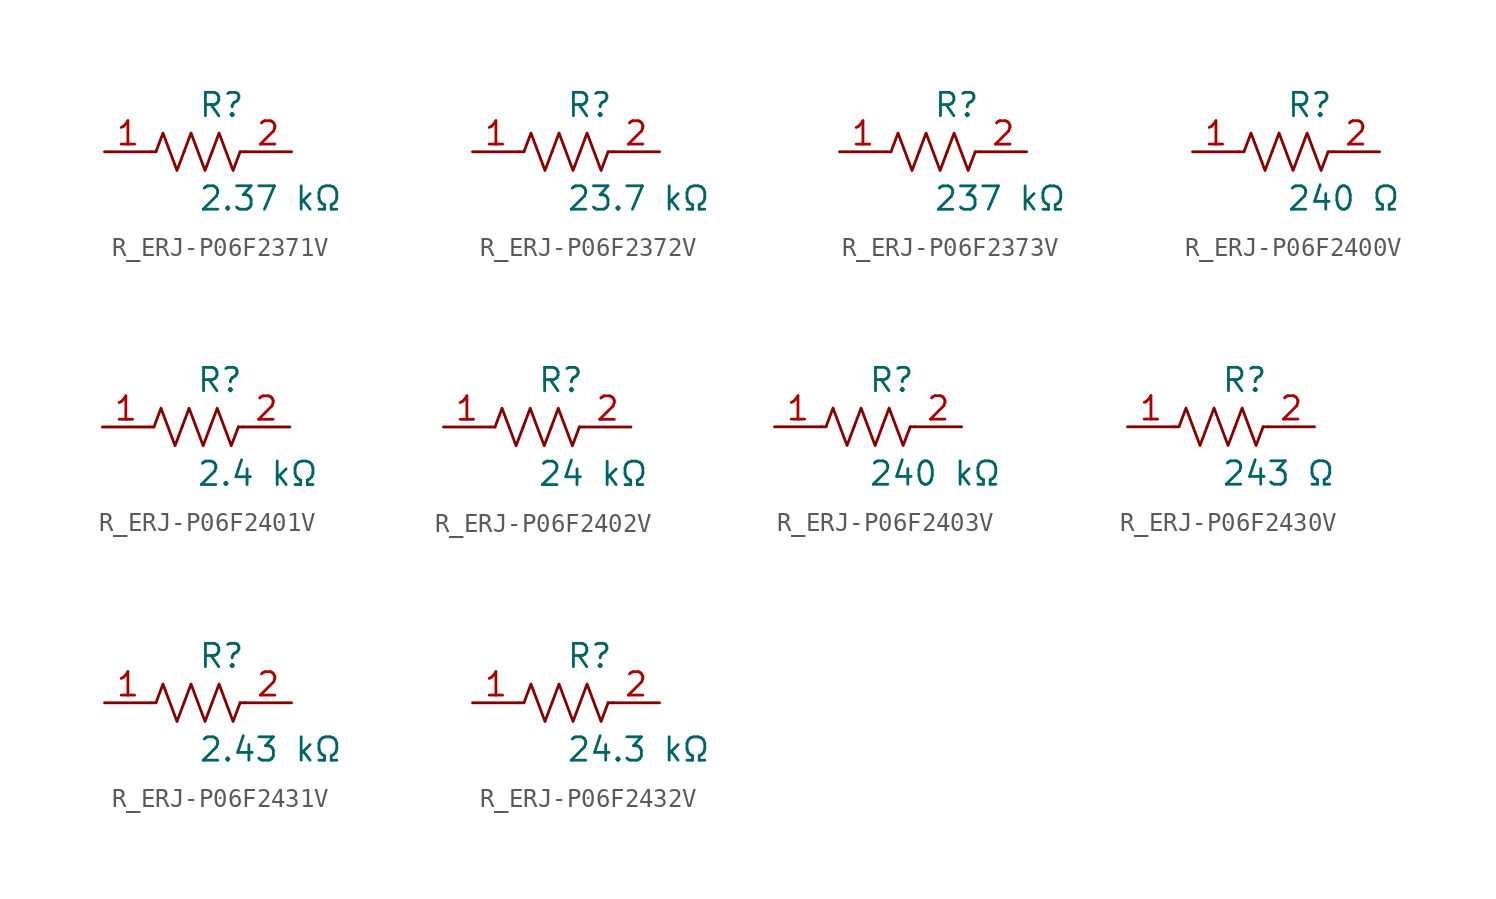
<source format=kicad_sym>
(kicad_symbol_lib
  (version 20231120)
  (generator kicad_symbol_editor)
  (generator_version 8.0)
  (symbol "R_ERJ-P06F2371V"
    (pin_names
      (offset 0.254))
    (property "Reference" "R"
      (at 0.0 2.54 0)
      (effects (font (size 1.27 1.27)) (justify left)))
    (property "Value" "2.37 kΩ"
      (at 0.0 -2.54 0)
      (effects (font (size 1.27 1.27)) (justify left)))
    (symbol "R_ERJ-P06F2371V_0_1"
      (polyline (pts (xy 2.286 0) (xy 2.54 0)) (stroke (width 0) (type default)) (fill (type none)))
      (polyline (pts (xy -2.286 0) (xy -2.54 0)) (stroke (width 0) (type default)) (fill (type none)))
      (polyline (pts (xy 0.762 0) (xy 1.143 1.016) (xy 1.524 0) (xy 1.905 -1.016) (xy 2.286 0)) (stroke (width 0) (type default)) (fill (type none)))
      (polyline (pts (xy -0.762 0) (xy -0.381 1.016) (xy 0 0) (xy 0.381 -1.016) (xy 0.762 0)) (stroke (width 0) (type default)) (fill (type none)))
      (polyline (pts (xy -2.286 0) (xy -1.905 1.016) (xy -1.524 0) (xy -1.143 -1.016) (xy -0.762 0)) (stroke (width 0) (type default)) (fill (type none))))
    (pin unspecified line
      (at -5.08 0 0)
      (length 2.54)
      (name "" (effects (font (size 1.27 1.27))))
      (number "1" (effects (font (size 1.27 1.27)))))
    (pin unspecified line
      (at 5.08 0 180)
      (length 2.54)
      (name "" (effects (font (size 1.27 1.27))))
      (number "2" (effects (font (size 1.27 1.27))))))
  (symbol "R_ERJ-P06F2372V"
    (pin_names
      (offset 0.254))
    (property "Reference" "R"
      (at 0.0 2.54 0)
      (effects (font (size 1.27 1.27)) (justify left)))
    (property "Value" "23.7 kΩ"
      (at 0.0 -2.54 0)
      (effects (font (size 1.27 1.27)) (justify left)))
    (symbol "R_ERJ-P06F2372V_0_1"
      (polyline (pts (xy 2.286 0) (xy 2.54 0)) (stroke (width 0) (type default)) (fill (type none)))
      (polyline (pts (xy -2.286 0) (xy -2.54 0)) (stroke (width 0) (type default)) (fill (type none)))
      (polyline (pts (xy 0.762 0) (xy 1.143 1.016) (xy 1.524 0) (xy 1.905 -1.016) (xy 2.286 0)) (stroke (width 0) (type default)) (fill (type none)))
      (polyline (pts (xy -0.762 0) (xy -0.381 1.016) (xy 0 0) (xy 0.381 -1.016) (xy 0.762 0)) (stroke (width 0) (type default)) (fill (type none)))
      (polyline (pts (xy -2.286 0) (xy -1.905 1.016) (xy -1.524 0) (xy -1.143 -1.016) (xy -0.762 0)) (stroke (width 0) (type default)) (fill (type none))))
    (pin unspecified line
      (at -5.08 0 0)
      (length 2.54)
      (name "" (effects (font (size 1.27 1.27))))
      (number "1" (effects (font (size 1.27 1.27)))))
    (pin unspecified line
      (at 5.08 0 180)
      (length 2.54)
      (name "" (effects (font (size 1.27 1.27))))
      (number "2" (effects (font (size 1.27 1.27))))))
  (symbol "R_ERJ-P06F2373V"
    (pin_names
      (offset 0.254))
    (property "Reference" "R"
      (at 0.0 2.54 0)
      (effects (font (size 1.27 1.27)) (justify left)))
    (property "Value" "237 kΩ"
      (at 0.0 -2.54 0)
      (effects (font (size 1.27 1.27)) (justify left)))
    (symbol "R_ERJ-P06F2373V_0_1"
      (polyline (pts (xy 2.286 0) (xy 2.54 0)) (stroke (width 0) (type default)) (fill (type none)))
      (polyline (pts (xy -2.286 0) (xy -2.54 0)) (stroke (width 0) (type default)) (fill (type none)))
      (polyline (pts (xy 0.762 0) (xy 1.143 1.016) (xy 1.524 0) (xy 1.905 -1.016) (xy 2.286 0)) (stroke (width 0) (type default)) (fill (type none)))
      (polyline (pts (xy -0.762 0) (xy -0.381 1.016) (xy 0 0) (xy 0.381 -1.016) (xy 0.762 0)) (stroke (width 0) (type default)) (fill (type none)))
      (polyline (pts (xy -2.286 0) (xy -1.905 1.016) (xy -1.524 0) (xy -1.143 -1.016) (xy -0.762 0)) (stroke (width 0) (type default)) (fill (type none))))
    (pin unspecified line
      (at -5.08 0 0)
      (length 2.54)
      (name "" (effects (font (size 1.27 1.27))))
      (number "1" (effects (font (size 1.27 1.27)))))
    (pin unspecified line
      (at 5.08 0 180)
      (length 2.54)
      (name "" (effects (font (size 1.27 1.27))))
      (number "2" (effects (font (size 1.27 1.27))))))
  (symbol "R_ERJ-P06F2400V"
    (pin_names
      (offset 0.254))
    (property "Reference" "R"
      (at 0.0 2.54 0)
      (effects (font (size 1.27 1.27)) (justify left)))
    (property "Value" "240 Ω"
      (at 0.0 -2.54 0)
      (effects (font (size 1.27 1.27)) (justify left)))
    (symbol "R_ERJ-P06F2400V_0_1"
      (polyline (pts (xy 2.286 0) (xy 2.54 0)) (stroke (width 0) (type default)) (fill (type none)))
      (polyline (pts (xy -2.286 0) (xy -2.54 0)) (stroke (width 0) (type default)) (fill (type none)))
      (polyline (pts (xy 0.762 0) (xy 1.143 1.016) (xy 1.524 0) (xy 1.905 -1.016) (xy 2.286 0)) (stroke (width 0) (type default)) (fill (type none)))
      (polyline (pts (xy -0.762 0) (xy -0.381 1.016) (xy 0 0) (xy 0.381 -1.016) (xy 0.762 0)) (stroke (width 0) (type default)) (fill (type none)))
      (polyline (pts (xy -2.286 0) (xy -1.905 1.016) (xy -1.524 0) (xy -1.143 -1.016) (xy -0.762 0)) (stroke (width 0) (type default)) (fill (type none))))
    (pin unspecified line
      (at -5.08 0 0)
      (length 2.54)
      (name "" (effects (font (size 1.27 1.27))))
      (number "1" (effects (font (size 1.27 1.27)))))
    (pin unspecified line
      (at 5.08 0 180)
      (length 2.54)
      (name "" (effects (font (size 1.27 1.27))))
      (number "2" (effects (font (size 1.27 1.27))))))
  (symbol "R_ERJ-P06F2401V"
    (pin_names
      (offset 0.254))
    (property "Reference" "R"
      (at 0.0 2.54 0)
      (effects (font (size 1.27 1.27)) (justify left)))
    (property "Value" "2.4 kΩ"
      (at 0.0 -2.54 0)
      (effects (font (size 1.27 1.27)) (justify left)))
    (symbol "R_ERJ-P06F2401V_0_1"
      (polyline (pts (xy 2.286 0) (xy 2.54 0)) (stroke (width 0) (type default)) (fill (type none)))
      (polyline (pts (xy -2.286 0) (xy -2.54 0)) (stroke (width 0) (type default)) (fill (type none)))
      (polyline (pts (xy 0.762 0) (xy 1.143 1.016) (xy 1.524 0) (xy 1.905 -1.016) (xy 2.286 0)) (stroke (width 0) (type default)) (fill (type none)))
      (polyline (pts (xy -0.762 0) (xy -0.381 1.016) (xy 0 0) (xy 0.381 -1.016) (xy 0.762 0)) (stroke (width 0) (type default)) (fill (type none)))
      (polyline (pts (xy -2.286 0) (xy -1.905 1.016) (xy -1.524 0) (xy -1.143 -1.016) (xy -0.762 0)) (stroke (width 0) (type default)) (fill (type none))))
    (pin unspecified line
      (at -5.08 0 0)
      (length 2.54)
      (name "" (effects (font (size 1.27 1.27))))
      (number "1" (effects (font (size 1.27 1.27)))))
    (pin unspecified line
      (at 5.08 0 180)
      (length 2.54)
      (name "" (effects (font (size 1.27 1.27))))
      (number "2" (effects (font (size 1.27 1.27))))))
  (symbol "R_ERJ-P06F2402V"
    (pin_names
      (offset 0.254))
    (property "Reference" "R"
      (at 0.0 2.54 0)
      (effects (font (size 1.27 1.27)) (justify left)))
    (property "Value" "24 kΩ"
      (at 0.0 -2.54 0)
      (effects (font (size 1.27 1.27)) (justify left)))
    (symbol "R_ERJ-P06F2402V_0_1"
      (polyline (pts (xy 2.286 0) (xy 2.54 0)) (stroke (width 0) (type default)) (fill (type none)))
      (polyline (pts (xy -2.286 0) (xy -2.54 0)) (stroke (width 0) (type default)) (fill (type none)))
      (polyline (pts (xy 0.762 0) (xy 1.143 1.016) (xy 1.524 0) (xy 1.905 -1.016) (xy 2.286 0)) (stroke (width 0) (type default)) (fill (type none)))
      (polyline (pts (xy -0.762 0) (xy -0.381 1.016) (xy 0 0) (xy 0.381 -1.016) (xy 0.762 0)) (stroke (width 0) (type default)) (fill (type none)))
      (polyline (pts (xy -2.286 0) (xy -1.905 1.016) (xy -1.524 0) (xy -1.143 -1.016) (xy -0.762 0)) (stroke (width 0) (type default)) (fill (type none))))
    (pin unspecified line
      (at -5.08 0 0)
      (length 2.54)
      (name "" (effects (font (size 1.27 1.27))))
      (number "1" (effects (font (size 1.27 1.27)))))
    (pin unspecified line
      (at 5.08 0 180)
      (length 2.54)
      (name "" (effects (font (size 1.27 1.27))))
      (number "2" (effects (font (size 1.27 1.27))))))
  (symbol "R_ERJ-P06F2403V"
    (pin_names
      (offset 0.254))
    (property "Reference" "R"
      (at 0.0 2.54 0)
      (effects (font (size 1.27 1.27)) (justify left)))
    (property "Value" "240 kΩ"
      (at 0.0 -2.54 0)
      (effects (font (size 1.27 1.27)) (justify left)))
    (symbol "R_ERJ-P06F2403V_0_1"
      (polyline (pts (xy 2.286 0) (xy 2.54 0)) (stroke (width 0) (type default)) (fill (type none)))
      (polyline (pts (xy -2.286 0) (xy -2.54 0)) (stroke (width 0) (type default)) (fill (type none)))
      (polyline (pts (xy 0.762 0) (xy 1.143 1.016) (xy 1.524 0) (xy 1.905 -1.016) (xy 2.286 0)) (stroke (width 0) (type default)) (fill (type none)))
      (polyline (pts (xy -0.762 0) (xy -0.381 1.016) (xy 0 0) (xy 0.381 -1.016) (xy 0.762 0)) (stroke (width 0) (type default)) (fill (type none)))
      (polyline (pts (xy -2.286 0) (xy -1.905 1.016) (xy -1.524 0) (xy -1.143 -1.016) (xy -0.762 0)) (stroke (width 0) (type default)) (fill (type none))))
    (pin unspecified line
      (at -5.08 0 0)
      (length 2.54)
      (name "" (effects (font (size 1.27 1.27))))
      (number "1" (effects (font (size 1.27 1.27)))))
    (pin unspecified line
      (at 5.08 0 180)
      (length 2.54)
      (name "" (effects (font (size 1.27 1.27))))
      (number "2" (effects (font (size 1.27 1.27))))))
  (symbol "R_ERJ-P06F2430V"
    (pin_names
      (offset 0.254))
    (property "Reference" "R"
      (at 0.0 2.54 0)
      (effects (font (size 1.27 1.27)) (justify left)))
    (property "Value" "243 Ω"
      (at 0.0 -2.54 0)
      (effects (font (size 1.27 1.27)) (justify left)))
    (symbol "R_ERJ-P06F2430V_0_1"
      (polyline (pts (xy 2.286 0) (xy 2.54 0)) (stroke (width 0) (type default)) (fill (type none)))
      (polyline (pts (xy -2.286 0) (xy -2.54 0)) (stroke (width 0) (type default)) (fill (type none)))
      (polyline (pts (xy 0.762 0) (xy 1.143 1.016) (xy 1.524 0) (xy 1.905 -1.016) (xy 2.286 0)) (stroke (width 0) (type default)) (fill (type none)))
      (polyline (pts (xy -0.762 0) (xy -0.381 1.016) (xy 0 0) (xy 0.381 -1.016) (xy 0.762 0)) (stroke (width 0) (type default)) (fill (type none)))
      (polyline (pts (xy -2.286 0) (xy -1.905 1.016) (xy -1.524 0) (xy -1.143 -1.016) (xy -0.762 0)) (stroke (width 0) (type default)) (fill (type none))))
    (pin unspecified line
      (at -5.08 0 0)
      (length 2.54)
      (name "" (effects (font (size 1.27 1.27))))
      (number "1" (effects (font (size 1.27 1.27)))))
    (pin unspecified line
      (at 5.08 0 180)
      (length 2.54)
      (name "" (effects (font (size 1.27 1.27))))
      (number "2" (effects (font (size 1.27 1.27))))))
  (symbol "R_ERJ-P06F2431V"
    (pin_names
      (offset 0.254))
    (property "Reference" "R"
      (at 0.0 2.54 0)
      (effects (font (size 1.27 1.27)) (justify left)))
    (property "Value" "2.43 kΩ"
      (at 0.0 -2.54 0)
      (effects (font (size 1.27 1.27)) (justify left)))
    (symbol "R_ERJ-P06F2431V_0_1"
      (polyline (pts (xy 2.286 0) (xy 2.54 0)) (stroke (width 0) (type default)) (fill (type none)))
      (polyline (pts (xy -2.286 0) (xy -2.54 0)) (stroke (width 0) (type default)) (fill (type none)))
      (polyline (pts (xy 0.762 0) (xy 1.143 1.016) (xy 1.524 0) (xy 1.905 -1.016) (xy 2.286 0)) (stroke (width 0) (type default)) (fill (type none)))
      (polyline (pts (xy -0.762 0) (xy -0.381 1.016) (xy 0 0) (xy 0.381 -1.016) (xy 0.762 0)) (stroke (width 0) (type default)) (fill (type none)))
      (polyline (pts (xy -2.286 0) (xy -1.905 1.016) (xy -1.524 0) (xy -1.143 -1.016) (xy -0.762 0)) (stroke (width 0) (type default)) (fill (type none))))
    (pin unspecified line
      (at -5.08 0 0)
      (length 2.54)
      (name "" (effects (font (size 1.27 1.27))))
      (number "1" (effects (font (size 1.27 1.27)))))
    (pin unspecified line
      (at 5.08 0 180)
      (length 2.54)
      (name "" (effects (font (size 1.27 1.27))))
      (number "2" (effects (font (size 1.27 1.27))))))
  (symbol "R_ERJ-P06F2432V"
    (pin_names
      (offset 0.254))
    (property "Reference" "R"
      (at 0.0 2.54 0)
      (effects (font (size 1.27 1.27)) (justify left)))
    (property "Value" "24.3 kΩ"
      (at 0.0 -2.54 0)
      (effects (font (size 1.27 1.27)) (justify left)))
    (symbol "R_ERJ-P06F2432V_0_1"
      (polyline (pts (xy 2.286 0) (xy 2.54 0)) (stroke (width 0) (type default)) (fill (type none)))
      (polyline (pts (xy -2.286 0) (xy -2.54 0)) (stroke (width 0) (type default)) (fill (type none)))
      (polyline (pts (xy 0.762 0) (xy 1.143 1.016) (xy 1.524 0) (xy 1.905 -1.016) (xy 2.286 0)) (stroke (width 0) (type default)) (fill (type none)))
      (polyline (pts (xy -0.762 0) (xy -0.381 1.016) (xy 0 0) (xy 0.381 -1.016) (xy 0.762 0)) (stroke (width 0) (type default)) (fill (type none)))
      (polyline (pts (xy -2.286 0) (xy -1.905 1.016) (xy -1.524 0) (xy -1.143 -1.016) (xy -0.762 0)) (stroke (width 0) (type default)) (fill (type none))))
    (pin unspecified line
      (at -5.08 0 0)
      (length 2.54)
      (name "" (effects (font (size 1.27 1.27))))
      (number "1" (effects (font (size 1.27 1.27)))))
    (pin unspecified line
      (at 5.08 0 180)
      (length 2.54)
      (name "" (effects (font (size 1.27 1.27))))
      (number "2" (effects (font (size 1.27 1.27)))))))
</source>
